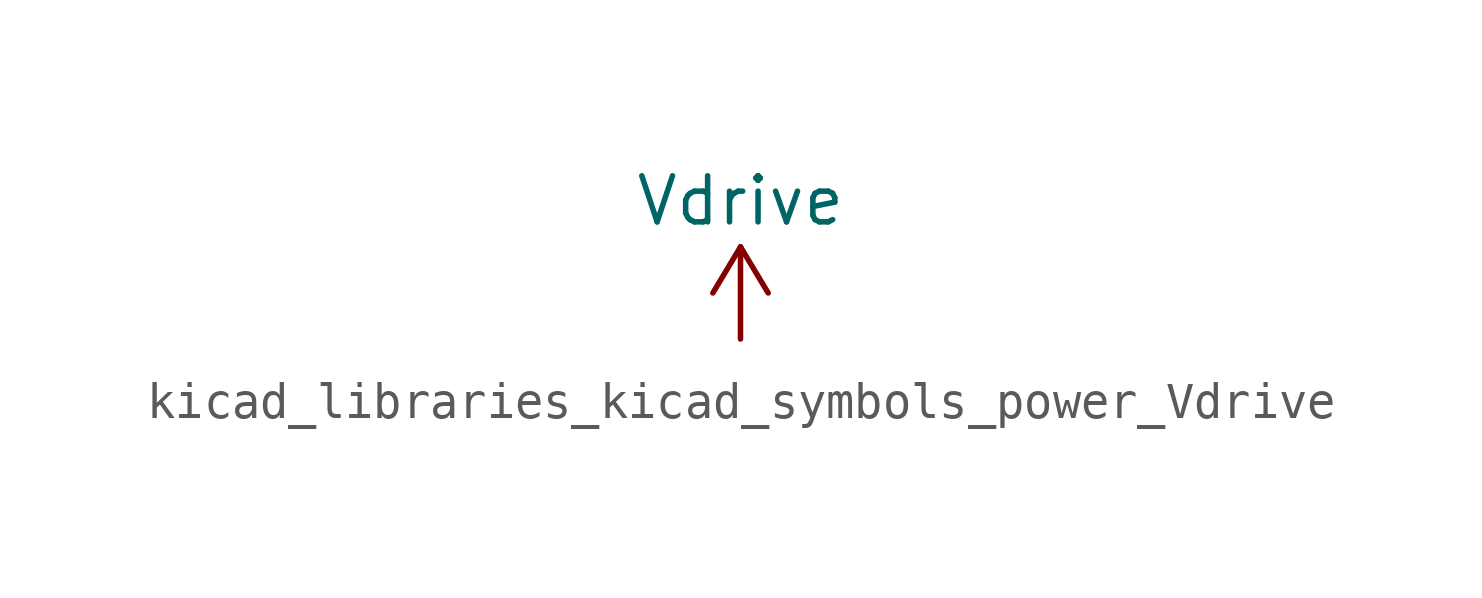
<source format=kicad_sym>
(kicad_symbol_lib
  (version 20220914)
  (generator kicad_symbol_editor)
  (symbol "kicad_libraries_kicad_symbols_power_Vdrive"
    (power)
    (pin_names
      (offset 0))
    (property "Reference" "#PWR"
      (at -5.08 -3.81 0)
      (effects (font (size 1.27 1.27)) hide))
    (property "Value" "Vdrive"
      (at 0 3.81 0)
      (effects (font (size 1.27 1.27))))
    (symbol "kicad_libraries_kicad_symbols_power_Vdrive_0_1"
      (polyline (pts (xy -0.762 1.27) (xy 0 2.54)) (stroke (width 0) (type default)) (fill (type none)))
      (polyline (pts (xy 0 0) (xy 0 2.54)) (stroke (width 0) (type default)) (fill (type none)))
      (polyline (pts (xy 0 2.54) (xy 0.762 1.27)) (stroke (width 0) (type default)) (fill (type none))))
    (symbol "kicad_libraries_kicad_symbols_power_Vdrive_1_1"
      (pin power_in line (at 0 0 90) (length 0) hide (name "Vdrive" (effects (font (size 1.27 1.27)))) (number "1" (effects (font (size 1.27 1.27))))))))
</source>
